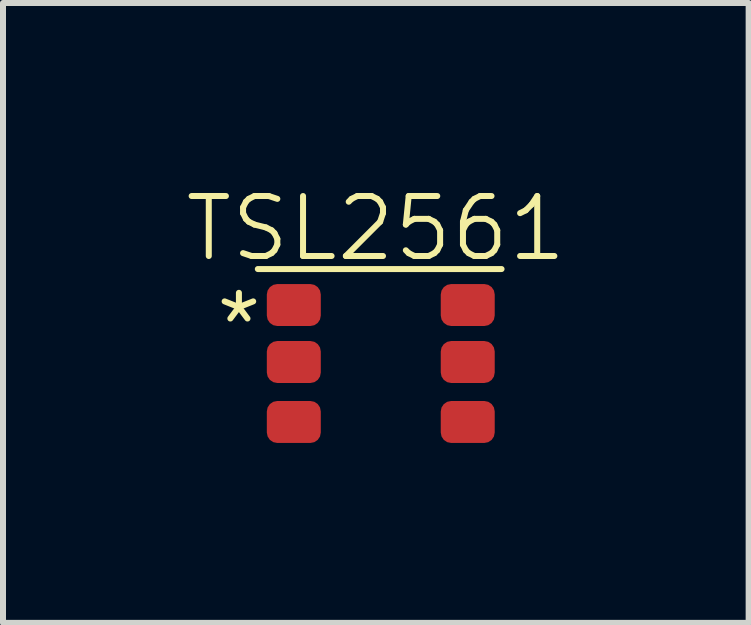
<source format=kicad_pcb>
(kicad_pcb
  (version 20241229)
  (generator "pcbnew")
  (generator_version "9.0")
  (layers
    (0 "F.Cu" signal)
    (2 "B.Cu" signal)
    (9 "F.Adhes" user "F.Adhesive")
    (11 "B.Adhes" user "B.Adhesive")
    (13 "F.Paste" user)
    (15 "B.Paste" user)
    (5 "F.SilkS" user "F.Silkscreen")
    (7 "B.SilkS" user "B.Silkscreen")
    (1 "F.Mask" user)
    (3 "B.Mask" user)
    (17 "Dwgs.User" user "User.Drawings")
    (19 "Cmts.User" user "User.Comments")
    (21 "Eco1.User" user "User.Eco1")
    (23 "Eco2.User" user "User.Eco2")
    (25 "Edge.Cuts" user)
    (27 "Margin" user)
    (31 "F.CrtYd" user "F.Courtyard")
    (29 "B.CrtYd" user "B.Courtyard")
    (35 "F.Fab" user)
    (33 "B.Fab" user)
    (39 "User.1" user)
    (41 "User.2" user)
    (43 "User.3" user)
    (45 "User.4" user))
  (footprint "TSL2561"
    (layer "F.Cu")
    (at 1.249 1.436)
    (property "Reference" "TSL2561" (at 1.968 -0.675 0) (unlocked yes) (layer "F.SilkS") (effects (font (size 1 1) (thickness 0.1))))
    (attr smd)
    (fp_line (start 0 0) (end 4.064 0) (stroke (width 0.1) (type default)) (layer "F.SilkS"))
    (fp_text user "*" (at -0.762 1.524 0) (unlocked yes) (layer "F.SilkS") (effects (font (size 1 1) (thickness 0.1)) (justify left bottom)))
    (pad "1" smd roundrect (at 0.6 0.6) (size 0.9 0.7) (layers "F.Cu" "F.Mask" "F.Paste") (roundrect_rratio 0.25))
    (pad "2" smd roundrect (at 0.6 1.55) (size 0.9 0.7) (layers "F.Cu" "F.Mask" "F.Paste") (roundrect_rratio 0.25))
    (pad "3" smd roundrect (at 0.6 2.55) (size 0.9 0.7) (layers "F.Cu" "F.Mask" "F.Paste") (roundrect_rratio 0.25))
    (pad "4" smd roundrect (at 3.5 2.55) (size 0.9 0.7) (layers "F.Cu" "F.Mask" "F.Paste") (roundrect_rratio 0.25))
    (pad "5" smd roundrect (at 3.5 1.55) (size 0.9 0.7) (layers "F.Cu" "F.Mask" "F.Paste") (roundrect_rratio 0.25))
    (pad "6" smd roundrect (at 3.5 0.6) (size 0.9 0.7) (layers "F.Cu" "F.Mask" "F.Paste") (roundrect_rratio 0.25)))
  (gr_rect
    (start -3 -3)
    (end 9.433 7.336)
    (stroke (width 0.1) (type default))
    (fill no)
    (layer "Edge.Cuts")))
</source>
